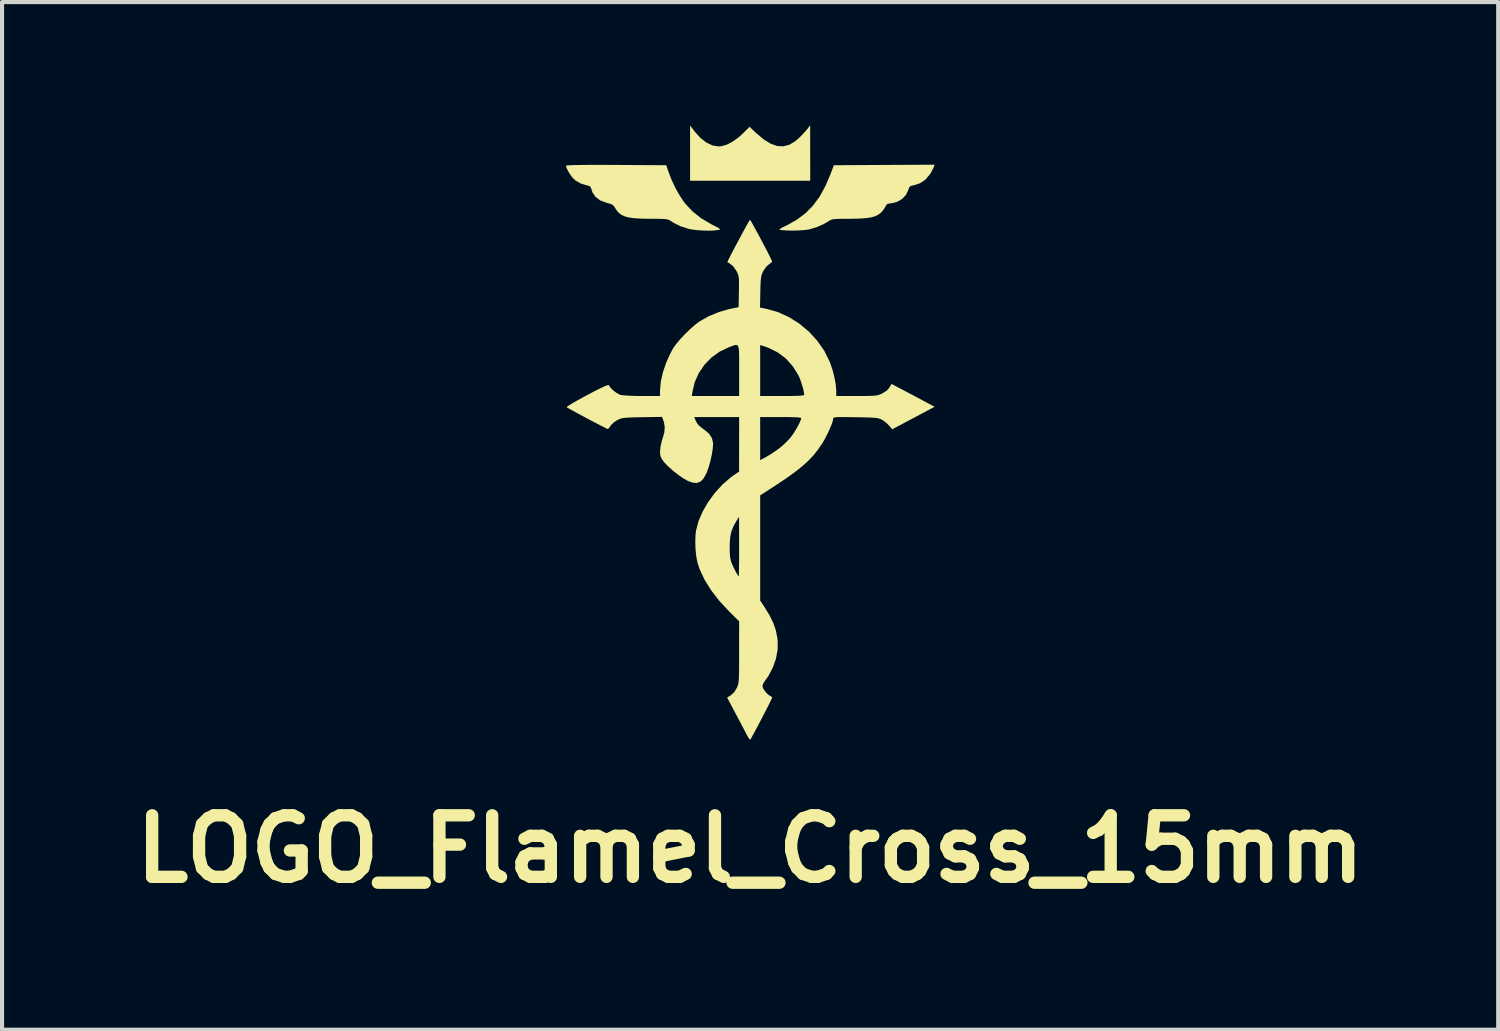
<source format=kicad_pcb>
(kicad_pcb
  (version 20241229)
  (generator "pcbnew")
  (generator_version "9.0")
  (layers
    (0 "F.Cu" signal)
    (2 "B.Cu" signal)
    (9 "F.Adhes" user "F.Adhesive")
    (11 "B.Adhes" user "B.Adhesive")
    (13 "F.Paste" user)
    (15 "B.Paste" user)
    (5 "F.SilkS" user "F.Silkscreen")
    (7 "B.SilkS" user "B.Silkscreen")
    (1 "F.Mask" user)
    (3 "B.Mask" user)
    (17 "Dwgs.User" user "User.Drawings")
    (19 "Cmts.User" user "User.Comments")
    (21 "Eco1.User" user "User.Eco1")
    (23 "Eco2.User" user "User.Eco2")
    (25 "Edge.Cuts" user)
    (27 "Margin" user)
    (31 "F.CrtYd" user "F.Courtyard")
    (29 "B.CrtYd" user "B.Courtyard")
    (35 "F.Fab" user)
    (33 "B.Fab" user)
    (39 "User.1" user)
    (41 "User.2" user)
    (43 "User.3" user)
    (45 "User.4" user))
  (footprint "LOGO_Flamel_Cross_15mm"
    (layer "F.Cu")
    (at 15.229 7.478)
    (property "Reference" "LOGO_Flamel_Cross_15mm" (at 0 10.16 0) (layer "F.SilkS") (effects (font (size 1.5 1.5) (thickness 0.3))))
    (attr board_only exclude_from_pos_files exclude_from_bom)
    (fp_poly (pts (xy 1.463 -6.801) (xy 1.464 -6.124) (xy 0 -6.124) (xy -1.464 -6.124) (xy -1.464 -6.797) (xy -1.464 -7.469) (xy -1.347 -7.317) (xy -1.212 -7.168) (xy -1.069 -7.056) (xy -0.922 -6.986) (xy -0.776 -6.96) (xy -0.698 -6.965) (xy -0.566 -7.004) (xy -0.422 -7.08) (xy -0.276 -7.186) (xy -0.169 -7.283) (xy -0.015 -7.438) (xy 0.164 -7.27) (xy 0.34 -7.124) (xy 0.505 -7.024) (xy 0.661 -6.97) (xy 0.81 -6.963) (xy 0.955 -7.001) (xy 1.098 -7.086) (xy 1.209 -7.183) (xy 1.285 -7.262) (xy 1.353 -7.337) (xy 1.402 -7.395) (xy 1.41 -7.405) (xy 1.462 -7.478)) (stroke (width 0) (type solid)) (fill yes) (layer "F.SilkS"))
    (fp_poly (pts (xy 4.476 -6.46) (xy 4.453 -6.41) (xy 4.414 -6.337) (xy 4.378 -6.279) (xy 4.271 -6.152) (xy 4.137 -6.062) (xy 3.985 -6.013) (xy 3.983 -6.013) (xy 3.917 -5.998) (xy 3.881 -5.971) (xy 3.859 -5.917) (xy 3.853 -5.896) (xy 3.798 -5.781) (xy 3.707 -5.684) (xy 3.59 -5.614) (xy 3.514 -5.59) (xy 3.436 -5.575) (xy 3.376 -5.565) (xy 3.357 -5.563) (xy 3.326 -5.543) (xy 3.296 -5.494) (xy 3.295 -5.493) (xy 3.259 -5.431) (xy 3.204 -5.363) (xy 3.189 -5.348) (xy 3.125 -5.298) (xy 3.046 -5.259) (xy 2.946 -5.231) (xy 2.818 -5.212) (xy 2.655 -5.201) (xy 2.452 -5.197) (xy 2.408 -5.197) (xy 2.254 -5.197) (xy 2.14 -5.194) (xy 2.06 -5.19) (xy 2.004 -5.182) (xy 1.965 -5.17) (xy 1.935 -5.154) (xy 1.931 -5.151) (xy 1.78 -5.062) (xy 1.607 -4.988) (xy 1.443 -4.939) (xy 1.329 -4.923) (xy 1.184 -4.913) (xy 1.027 -4.909) (xy 0.875 -4.913) (xy 0.76 -4.922) (xy 0.725 -4.928) (xy 0.713 -4.937) (xy 0.729 -4.953) (xy 0.778 -4.981) (xy 0.865 -5.024) (xy 0.897 -5.039) (xy 1.14 -5.176) (xy 1.35 -5.334) (xy 1.533 -5.52) (xy 1.693 -5.737) (xy 1.833 -5.993) (xy 1.952 -6.271) (xy 2.04 -6.502) (xy 3.267 -6.509) (xy 4.493 -6.515)) (stroke (width 0) (type solid)) (fill yes) (layer "F.SilkS"))
    (fp_poly (pts (xy -3.434 -6.51) (xy -3.267 -6.509) (xy -2.044 -6.502) (xy -1.987 -6.332) (xy -1.916 -6.15) (xy -1.827 -5.96) (xy -1.726 -5.778) (xy -1.622 -5.62) (xy -1.579 -5.564) (xy -1.398 -5.371) (xy -1.19 -5.207) (xy -0.946 -5.064) (xy -0.929 -5.055) (xy -0.829 -5.004) (xy -0.767 -4.97) (xy -0.738 -4.949) (xy -0.738 -4.936) (xy -0.762 -4.928) (xy -0.771 -4.926) (xy -0.875 -4.912) (xy -1.012 -4.907) (xy -1.163 -4.911) (xy -1.312 -4.922) (xy -1.443 -4.94) (xy -1.504 -4.953) (xy -1.692 -5.013) (xy -1.855 -5.093) (xy -1.94 -5.147) (xy -1.971 -5.166) (xy -2.007 -5.179) (xy -2.056 -5.188) (xy -2.127 -5.193) (xy -2.227 -5.196) (xy -2.365 -5.197) (xy -2.42 -5.197) (xy -2.64 -5.2) (xy -2.817 -5.21) (xy -2.957 -5.229) (xy -3.067 -5.259) (xy -3.152 -5.302) (xy -3.219 -5.358) (xy -3.273 -5.43) (xy -3.285 -5.452) (xy -3.319 -5.504) (xy -3.358 -5.539) (xy -3.415 -5.564) (xy -3.5 -5.587) (xy -3.652 -5.644) (xy -3.767 -5.73) (xy -3.842 -5.84) (xy -3.861 -5.896) (xy -3.883 -5.961) (xy -3.913 -5.994) (xy -3.968 -6.01) (xy -3.984 -6.013) (xy -4.126 -6.055) (xy -4.254 -6.129) (xy -4.329 -6.2) (xy -4.379 -6.267) (xy -4.428 -6.346) (xy -4.467 -6.422) (xy -4.488 -6.478) (xy -4.49 -6.49) (xy -4.469 -6.496) (xy -4.407 -6.501) (xy -4.302 -6.505) (xy -4.154 -6.508) (xy -3.96 -6.51) (xy -3.72 -6.51)) (stroke (width 0) (type solid)) (fill yes) (layer "F.SilkS"))
    (fp_poly (pts (xy 0.012 -5.151) (xy 0.045 -5.095) (xy 0.093 -5.009) (xy 0.151 -4.902) (xy 0.217 -4.781) (xy 0.285 -4.653) (xy 0.352 -4.526) (xy 0.414 -4.407) (xy 0.467 -4.303) (xy 0.507 -4.221) (xy 0.531 -4.169) (xy 0.536 -4.155) (xy 0.516 -4.131) (xy 0.47 -4.095) (xy 0.457 -4.087) (xy 0.397 -4.033) (xy 0.339 -3.955) (xy 0.317 -3.916) (xy 0.294 -3.865) (xy 0.277 -3.816) (xy 0.265 -3.758) (xy 0.257 -3.681) (xy 0.252 -3.577) (xy 0.248 -3.435) (xy 0.248 -3.413) (xy 0.24 -3.033) (xy 0.394 -3.003) (xy 0.675 -2.924) (xy 0.946 -2.801) (xy 1.201 -2.64) (xy 1.434 -2.445) (xy 1.638 -2.222) (xy 1.809 -1.975) (xy 1.94 -1.71) (xy 1.948 -1.689) (xy 2.007 -1.516) (xy 2.053 -1.336) (xy 2.085 -1.164) (xy 2.098 -1.017) (xy 2.098 -1.001) (xy 2.098 -0.878) (xy 2.592 -0.879) (xy 2.761 -0.879) (xy 2.889 -0.88) (xy 2.984 -0.884) (xy 3.054 -0.889) (xy 3.107 -0.898) (xy 3.152 -0.912) (xy 3.195 -0.93) (xy 3.215 -0.939) (xy 3.328 -1.008) (xy 3.394 -1.085) (xy 3.446 -1.172) (xy 3.803 -0.984) (xy 3.939 -0.913) (xy 4.074 -0.841) (xy 4.196 -0.776) (xy 4.293 -0.724) (xy 4.327 -0.706) (xy 4.493 -0.616) (xy 4.266 -0.494) (xy 4.15 -0.433) (xy 4.01 -0.358) (xy 3.865 -0.281) (xy 3.749 -0.22) (xy 3.461 -0.067) (xy 3.387 -0.156) (xy 3.316 -0.226) (xy 3.233 -0.288) (xy 3.212 -0.299) (xy 3.176 -0.317) (xy 3.138 -0.331) (xy 3.091 -0.341) (xy 3.027 -0.348) (xy 2.94 -0.353) (xy 2.822 -0.357) (xy 2.666 -0.36) (xy 2.568 -0.362) (xy 2.392 -0.364) (xy 2.258 -0.365) (xy 2.162 -0.365) (xy 2.096 -0.362) (xy 2.056 -0.356) (xy 2.034 -0.348) (xy 2.026 -0.336) (xy 2.025 -0.325) (xy 2.013 -0.268) (xy 1.982 -0.179) (xy 1.937 -0.071) (xy 1.882 0.047) (xy 1.823 0.162) (xy 1.765 0.264) (xy 1.75 0.286) (xy 1.644 0.44) (xy 1.53 0.581) (xy 1.401 0.715) (xy 1.251 0.849) (xy 1.075 0.987) (xy 0.866 1.136) (xy 0.653 1.278) (xy 0.244 1.543) (xy 0.244 2.824) (xy 0.244 4.105) (xy 0.351 4.267) (xy 0.474 4.468) (xy 0.564 4.651) (xy 0.625 4.828) (xy 0.662 5.012) (xy 0.672 5.093) (xy 0.67 5.303) (xy 0.628 5.524) (xy 0.551 5.743) (xy 0.443 5.946) (xy 0.38 6.036) (xy 0.325 6.116) (xy 0.302 6.175) (xy 0.303 6.211) (xy 0.334 6.277) (xy 0.387 6.348) (xy 0.447 6.405) (xy 0.489 6.43) (xy 0.528 6.453) (xy 0.537 6.47) (xy 0.526 6.497) (xy 0.496 6.559) (xy 0.451 6.65) (xy 0.394 6.761) (xy 0.33 6.885) (xy 0.263 7.015) (xy 0.196 7.143) (xy 0.133 7.262) (xy 0.078 7.364) (xy 0.035 7.442) (xy 0.008 7.488) (xy 0.002 7.496) (xy -0.015 7.485) (xy -0.048 7.438) (xy -0.089 7.366) (xy -0.103 7.338) (xy -0.147 7.252) (xy -0.208 7.136) (xy -0.277 7.004) (xy -0.35 6.867) (xy -0.377 6.816) (xy -0.561 6.47) (xy -0.473 6.415) (xy -0.385 6.334) (xy -0.327 6.236) (xy -0.31 6.2) (xy -0.298 6.165) (xy -0.288 6.126) (xy -0.28 6.076) (xy -0.275 6.009) (xy -0.272 5.92) (xy -0.27 5.803) (xy -0.269 5.651) (xy -0.269 5.459) (xy -0.269 5.362) (xy -0.268 4.612) (xy -0.509 4.374) (xy -0.75 4.115) (xy -0.952 3.854) (xy -1.113 3.594) (xy -1.232 3.338) (xy -1.282 3.184) (xy -1.312 3.035) (xy -1.331 2.859) (xy -1.333 2.794) (xy -0.499 2.794) (xy -0.497 2.936) (xy -0.489 3.043) (xy -0.472 3.127) (xy -0.454 3.184) (xy -0.422 3.26) (xy -0.382 3.343) (xy -0.342 3.421) (xy -0.306 3.481) (xy -0.282 3.512) (xy -0.278 3.514) (xy -0.276 3.49) (xy -0.274 3.424) (xy -0.272 3.321) (xy -0.27 3.187) (xy -0.269 3.028) (xy -0.269 2.851) (xy -0.269 2.788) (xy -0.27 2.062) (xy -0.33 2.159) (xy -0.407 2.296) (xy -0.457 2.423) (xy -0.486 2.559) (xy -0.498 2.718) (xy -0.499 2.794) (xy -1.333 2.794) (xy -1.337 2.675) (xy -1.331 2.504) (xy -1.319 2.401) (xy -1.258 2.172) (xy -1.157 1.936) (xy -1.022 1.703) (xy -0.859 1.481) (xy -0.674 1.278) (xy -0.474 1.105) (xy -0.396 1.049) (xy -0.27 0.964) (xy -0.269 0.299) (xy -0.268 -0.366) (xy 0.244 -0.366) (xy 0.244 0.16) (xy 0.244 0.685) (xy 0.391 0.605) (xy 0.486 0.549) (xy 0.596 0.477) (xy 0.698 0.405) (xy 0.701 0.403) (xy 0.799 0.321) (xy 0.9 0.225) (xy 0.982 0.135) (xy 0.983 0.134) (xy 1.044 0.051) (xy 1.106 -0.046) (xy 1.163 -0.146) (xy 1.21 -0.238) (xy 1.238 -0.309) (xy 1.244 -0.339) (xy 1.225 -0.349) (xy 1.167 -0.357) (xy 1.067 -0.362) (xy 0.923 -0.365) (xy 0.744 -0.366) (xy 0.244 -0.366) (xy -0.268 -0.366) (xy -0.816 -0.366) (xy -1.364 -0.366) (xy -1.332 -0.291) (xy -1.298 -0.222) (xy -1.252 -0.164) (xy -1.183 -0.105) (xy -1.114 -0.055) (xy -1 0.042) (xy -0.931 0.148) (xy -0.904 0.268) (xy -0.903 0.293) (xy -0.912 0.409) (xy -0.935 0.552) (xy -0.969 0.707) (xy -1.01 0.854) (xy -1.054 0.978) (xy -1.063 1) (xy -1.132 1.126) (xy -1.206 1.205) (xy -1.293 1.24) (xy -1.397 1.234) (xy -1.524 1.188) (xy -1.525 1.187) (xy -1.63 1.127) (xy -1.753 1.042) (xy -1.88 0.942) (xy -1.995 0.839) (xy -2.087 0.745) (xy -2.108 0.718) (xy -2.16 0.643) (xy -2.187 0.579) (xy -2.195 0.504) (xy -2.196 0.47) (xy -2.185 0.359) (xy -2.156 0.228) (xy -2.132 0.153) (xy -2.091 0.006) (xy -2.081 -0.12) (xy -2.101 -0.241) (xy -2.122 -0.302) (xy -2.147 -0.37) (xy -2.629 -0.362) (xy -2.796 -0.359) (xy -2.923 -0.355) (xy -3.016 -0.35) (xy -3.085 -0.343) (xy -3.137 -0.332) (xy -3.181 -0.317) (xy -3.225 -0.298) (xy -3.229 -0.296) (xy -3.312 -0.243) (xy -3.381 -0.18) (xy -3.399 -0.156) (xy -3.436 -0.104) (xy -3.463 -0.075) (xy -3.468 -0.074) (xy -3.493 -0.084) (xy -3.555 -0.115) (xy -3.644 -0.16) (xy -3.753 -0.217) (xy -3.876 -0.281) (xy -4.004 -0.349) (xy -4.13 -0.416) (xy -4.246 -0.479) (xy -4.346 -0.534) (xy -4.421 -0.575) (xy -4.464 -0.601) (xy -4.471 -0.606) (xy -4.456 -0.622) (xy -4.403 -0.658) (xy -4.319 -0.709) (xy -4.207 -0.773) (xy -4.075 -0.846) (xy -3.972 -0.901) (xy -3.791 -0.996) (xy -3.65 -1.067) (xy -3.546 -1.115) (xy -3.48 -1.141) (xy -3.447 -1.146) (xy -3.443 -1.143) (xy -3.409 -1.087) (xy -3.345 -1.023) (xy -3.267 -0.962) (xy -3.191 -0.917) (xy -3.159 -0.906) (xy -3.102 -0.897) (xy -3.007 -0.889) (xy -2.882 -0.883) (xy -2.739 -0.879) (xy -2.629 -0.879) (xy -2.196 -0.878) (xy -1.421 -0.878) (xy -0.845 -0.878) (xy -0.268 -0.878) (xy -0.268 -1.501) (xy -0.268 -1.698) (xy -0.268 -1.852) (xy -0.271 -1.966) (xy -0.279 -2.045) (xy -0.294 -2.095) (xy -0.318 -2.119) (xy -0.333 -2.12) (xy 0.244 -2.12) (xy 0.244 -1.499) (xy 0.244 -0.878) (xy 0.781 -0.878) (xy 0.965 -0.879) (xy 1.105 -0.881) (xy 1.205 -0.885) (xy 1.271 -0.891) (xy 1.307 -0.899) (xy 1.317 -0.909) (xy 1.308 -0.979) (xy 1.285 -1.077) (xy 1.252 -1.187) (xy 1.216 -1.292) (xy 1.181 -1.373) (xy 1.042 -1.6) (xy 0.872 -1.79) (xy 0.67 -1.942) (xy 0.438 -2.056) (xy 0.348 -2.088) (xy 0.244 -2.12) (xy -0.333 -2.12) (xy -0.352 -2.123) (xy -0.4 -2.11) (xy -0.463 -2.087) (xy -0.518 -2.067) (xy -0.743 -1.96) (xy -0.944 -1.815) (xy -1.115 -1.638) (xy -1.253 -1.435) (xy -1.352 -1.21) (xy -1.403 -0.994) (xy -1.421 -0.878) (xy -2.196 -0.878) (xy -2.196 -1.014) (xy -2.178 -1.224) (xy -2.127 -1.454) (xy -2.046 -1.692) (xy -1.94 -1.925) (xy -1.875 -2.043) (xy -1.806 -2.142) (xy -1.708 -2.259) (xy -1.592 -2.383) (xy -1.469 -2.503) (xy -1.349 -2.609) (xy -1.243 -2.69) (xy -1.232 -2.697) (xy -1.011 -2.821) (xy -0.766 -2.923) (xy -0.521 -2.994) (xy -0.492 -3) (xy -0.281 -3.043) (xy -0.274 -3.421) (xy -0.272 -3.565) (xy -0.272 -3.669) (xy -0.275 -3.745) (xy -0.283 -3.8) (xy -0.296 -3.846) (xy -0.316 -3.891) (xy -0.335 -3.926) (xy -0.415 -4.042) (xy -0.519 -4.121) (xy -0.556 -4.139) (xy -0.548 -4.161) (xy -0.521 -4.218) (xy -0.478 -4.303) (xy -0.422 -4.41) (xy -0.358 -4.531) (xy -0.29 -4.659) (xy -0.221 -4.787) (xy -0.156 -4.908) (xy -0.098 -5.013) (xy -0.05 -5.097) (xy -0.018 -5.153) (xy -0.004 -5.172)) (stroke (width 0) (type solid)) (fill yes) (layer "F.SilkS")))
  (gr_rect
    (start -3 -3)
    (end 33.457 22.042)
    (stroke (width 0.1) (type default))
    (fill no)
    (layer "Edge.Cuts")))
</source>
